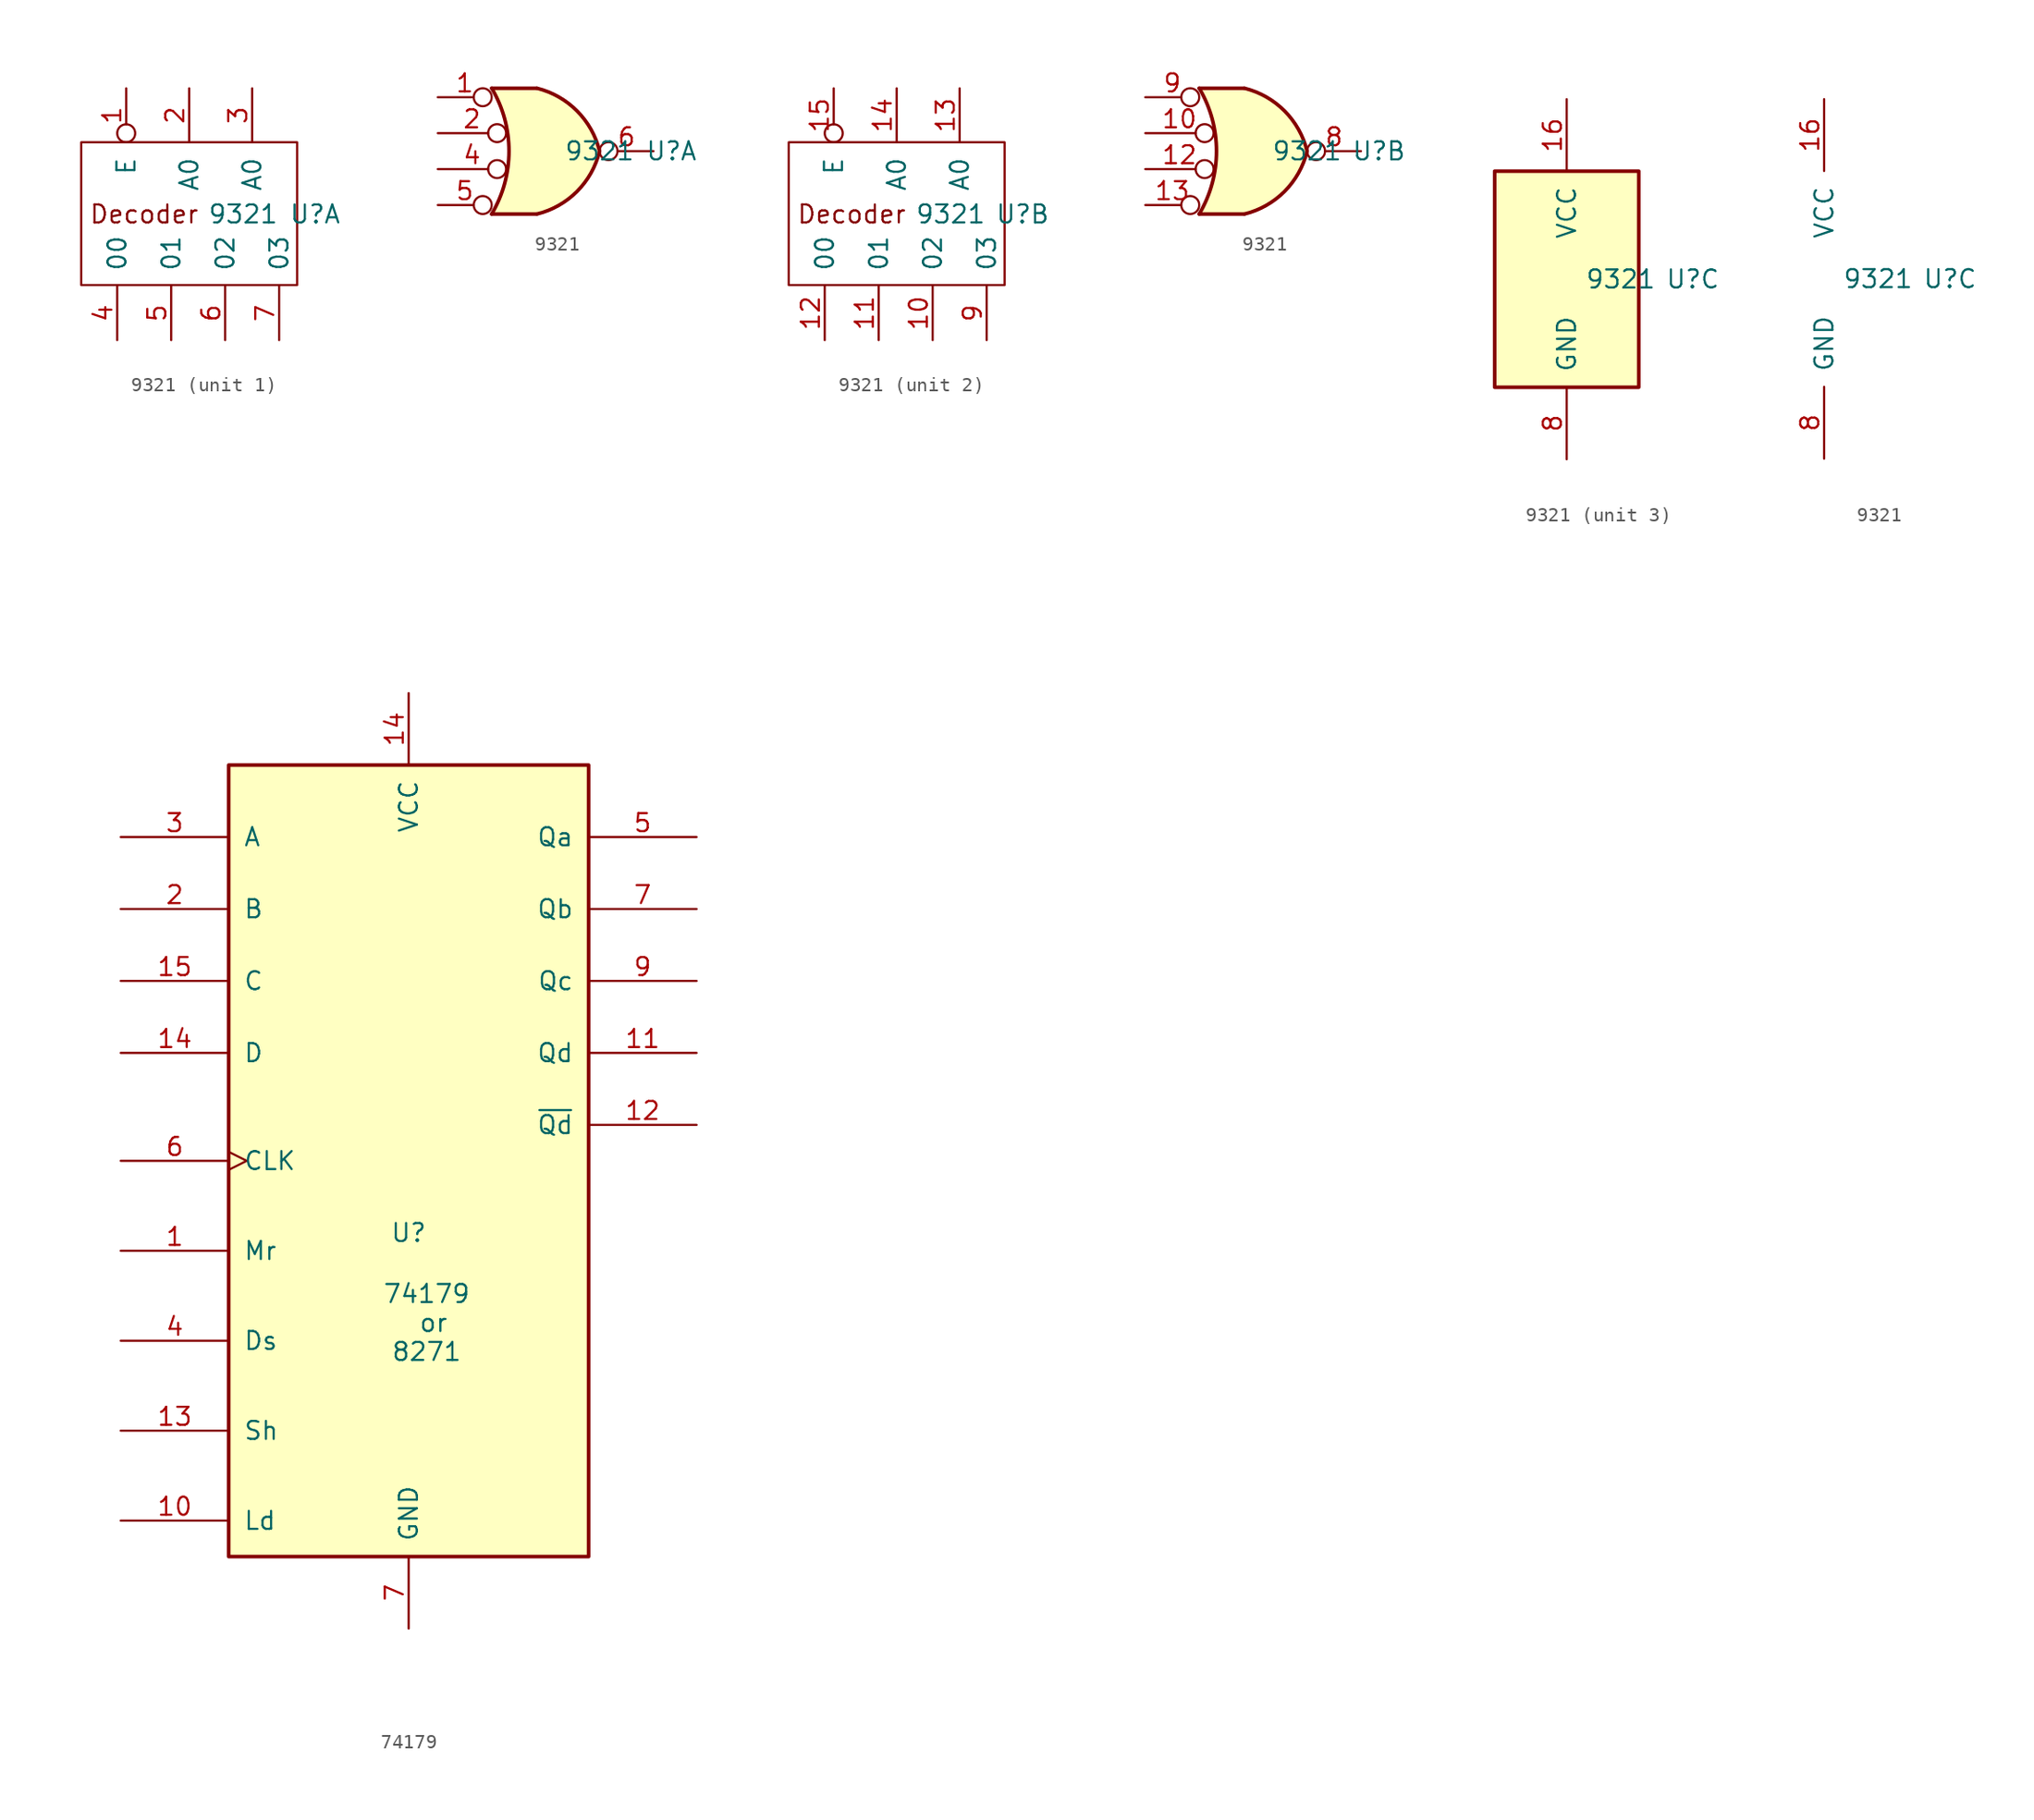
<source format=kicad_sym>
(kicad_symbol_lib
  (version 20220914)
  (generator kicad_symbol_editor)
  (symbol "9321"
    (pin_names
      (offset 1.016))
    (property "Reference" "U"
      (at 8.89 0 0)
      (effects (font (size 1.27 1.27))))
    (property "Value" "9321"
      (at 3.81 0 0)
      (effects (font (size 1.27 1.27))))
    (property "ki_locked" ""
      (at 0 0 0)
      (effects (font (size 1.27 1.27))))
    (symbol "9321_1_1"
      (rectangle (start -7.62 5.08) (end 7.62 -5.004) (stroke (width 0) (type default)) (fill (type none)))
      (text "Decoder" (at -3.175 0 0) (effects (font (size 1.27 1.27))))
      (pin input inverted (at -4.445 8.89 270) (length 3.81) (name "E" (effects (font (size 1.27 1.27)))) (number "1" (effects (font (size 1.27 1.27)))))
      (pin input line (at 0 8.89 270) (length 3.81) (name "A0" (effects (font (size 1.27 1.27)))) (number "2" (effects (font (size 1.27 1.27)))))
      (pin input line (at 4.445 8.89 270) (length 3.81) (name "A0" (effects (font (size 1.27 1.27)))) (number "3" (effects (font (size 1.27 1.27)))))
      (pin output line (at -5.08 -8.89 90) (length 3.81) (name "00" (effects (font (size 1.27 1.27)))) (number "4" (effects (font (size 1.27 1.27)))))
      (pin output line (at -1.27 -8.89 90) (length 3.81) (name "01" (effects (font (size 1.27 1.27)))) (number "5" (effects (font (size 1.27 1.27)))))
      (pin output line (at 2.54 -8.89 90) (length 3.81) (name "02" (effects (font (size 1.27 1.27)))) (number "6" (effects (font (size 1.27 1.27)))))
      (pin output line (at 6.35 -8.89 90) (length 3.81) (name "03" (effects (font (size 1.27 1.27)))) (number "7" (effects (font (size 1.27 1.27))))))
    (symbol "9321_1_2"
      (arc (start -3.81 -4.445) (mid -2.5908 0) (end -3.81 4.445) (stroke (width 0.254) (type default)) (fill (type none)))
      (arc (start -0.6096 -4.445) (mid 2.2246 -2.8422) (end 3.81 0) (stroke (width 0.254) (type default)) (fill (type background)))
      (polyline (pts (xy -3.81 -4.445) (xy -0.635 -4.445)) (stroke (width 0.254) (type default)) (fill (type background)))
      (polyline (pts (xy -3.81 4.445) (xy -0.635 4.445)) (stroke (width 0.254) (type default)) (fill (type background)))
      (polyline (pts (xy -0.635 4.445) (xy -3.81 4.445) (xy -3.81 4.445) (xy -3.632 4.089) (xy -3.099 2.921) (xy -2.769 1.676) (xy -2.616 0.432) (xy -2.642 -0.864) (xy -2.87 -2.108) (xy -3.251 -3.327) (xy -3.81 -4.445) (xy -3.81 -4.445) (xy -0.635 -4.445)) (stroke (width -25.4) (type default)) (fill (type background)))
      (arc (start 3.81 0) (mid 2.2204 2.8379) (end -0.6096 4.445) (stroke (width 0.254) (type default)) (fill (type background)))
      (pin input inverted (at -7.62 3.81 0) (length 3.81) (name "~" (effects (font (size 1.27 1.27)))) (number "1" (effects (font (size 1.27 1.27)))))
      (pin input inverted (at -7.62 1.27 0) (length 4.826) (name "~" (effects (font (size 1.27 1.27)))) (number "2" (effects (font (size 1.27 1.27)))))
      (pin input inverted (at -7.62 -1.27 0) (length 4.826) (name "~" (effects (font (size 1.27 1.27)))) (number "4" (effects (font (size 1.27 1.27)))))
      (pin input inverted (at -7.62 -3.81 0) (length 3.81) (name "~" (effects (font (size 1.27 1.27)))) (number "5" (effects (font (size 1.27 1.27)))))
      (pin output inverted (at 7.62 0 180) (length 3.81) (name "~" (effects (font (size 1.27 1.27)))) (number "6" (effects (font (size 1.27 1.27))))))
    (symbol "9321_2_1"
      (rectangle (start -7.62 5.08) (end 7.62 -5.004) (stroke (width 0) (type default)) (fill (type none)))
      (text "Decoder" (at -3.175 0 0) (effects (font (size 1.27 1.27))))
      (pin output line (at 2.54 -8.89 90) (length 3.81) (name "02" (effects (font (size 1.27 1.27)))) (number "10" (effects (font (size 1.27 1.27)))))
      (pin output line (at -1.27 -8.89 90) (length 3.81) (name "01" (effects (font (size 1.27 1.27)))) (number "11" (effects (font (size 1.27 1.27)))))
      (pin output line (at -5.08 -8.89 90) (length 3.81) (name "00" (effects (font (size 1.27 1.27)))) (number "12" (effects (font (size 1.27 1.27)))))
      (pin input line (at 4.445 8.89 270) (length 3.81) (name "A0" (effects (font (size 1.27 1.27)))) (number "13" (effects (font (size 1.27 1.27)))))
      (pin input line (at 0 8.89 270) (length 3.81) (name "A0" (effects (font (size 1.27 1.27)))) (number "14" (effects (font (size 1.27 1.27)))))
      (pin input inverted (at -4.445 8.89 270) (length 3.81) (name "E" (effects (font (size 1.27 1.27)))) (number "15" (effects (font (size 1.27 1.27)))))
      (pin output line (at 6.35 -8.89 90) (length 3.81) (name "03" (effects (font (size 1.27 1.27)))) (number "9" (effects (font (size 1.27 1.27))))))
    (symbol "9321_2_2"
      (arc (start -3.81 -4.445) (mid -2.5908 0) (end -3.81 4.445) (stroke (width 0.254) (type default)) (fill (type none)))
      (arc (start -0.6096 -4.445) (mid 2.2246 -2.8422) (end 3.81 0) (stroke (width 0.254) (type default)) (fill (type background)))
      (polyline (pts (xy -3.81 -4.445) (xy -0.635 -4.445)) (stroke (width 0.254) (type default)) (fill (type background)))
      (polyline (pts (xy -3.81 4.445) (xy -0.635 4.445)) (stroke (width 0.254) (type default)) (fill (type background)))
      (polyline (pts (xy -0.635 4.445) (xy -3.81 4.445) (xy -3.81 4.445) (xy -3.632 4.089) (xy -3.099 2.921) (xy -2.769 1.676) (xy -2.616 0.432) (xy -2.642 -0.864) (xy -2.87 -2.108) (xy -3.251 -3.327) (xy -3.81 -4.445) (xy -3.81 -4.445) (xy -0.635 -4.445)) (stroke (width -25.4) (type default)) (fill (type background)))
      (arc (start 3.81 0) (mid 2.2204 2.8379) (end -0.6096 4.445) (stroke (width 0.254) (type default)) (fill (type background)))
      (pin input inverted (at -7.62 1.27 0) (length 4.826) (name "~" (effects (font (size 1.27 1.27)))) (number "10" (effects (font (size 1.27 1.27)))))
      (pin input inverted (at -7.62 -1.27 0) (length 4.826) (name "~" (effects (font (size 1.27 1.27)))) (number "12" (effects (font (size 1.27 1.27)))))
      (pin input inverted (at -7.62 -3.81 0) (length 3.81) (name "~" (effects (font (size 1.27 1.27)))) (number "13" (effects (font (size 1.27 1.27)))))
      (pin output inverted (at 7.62 0 180) (length 3.81) (name "~" (effects (font (size 1.27 1.27)))) (number "8" (effects (font (size 1.27 1.27)))))
      (pin input inverted (at -7.62 3.81 0) (length 3.81) (name "~" (effects (font (size 1.27 1.27)))) (number "9" (effects (font (size 1.27 1.27))))))
    (symbol "9321_3_0"
      (pin power_in line (at 0 12.7 270) (length 5.08) (name "VCC" (effects (font (size 1.27 1.27)))) (number "16" (effects (font (size 1.27 1.27)))))
      (pin power_in line (at 0 -12.7 90) (length 5.08) (name "GND" (effects (font (size 1.27 1.27)))) (number "8" (effects (font (size 1.27 1.27))))))
    (symbol "9321_3_1"
      (rectangle (start -5.08 7.62) (end 5.08 -7.62) (stroke (width 0.254) (type default)) (fill (type background)))))
  (symbol "74179"
    (pin_names
      (offset 1.016))
    (property "Reference" "U"
      (at 0 -5.08 0)
      (effects (font (size 1.27 1.27))))
    (property "Value" "74179\n or\n8271"
      (at 1.27 -11.43 0)
      (effects (font (size 1.27 1.27))))
    (symbol "74179_0_1"
      (rectangle (start -12.7 27.94) (end 12.7 -27.94) (stroke (width 0.254) (type default)) (fill (type background)))
      (pin power_in line (at 0 33.02 270) (length 5.08) (name "VCC" (effects (font (size 1.27 1.27)))) (number "14" (effects (font (size 1.27 1.27)))))
      (pin power_in line (at 0 -33.02 90) (length 5.08) (name "GND" (effects (font (size 1.27 1.27)))) (number "7" (effects (font (size 1.27 1.27))))))
    (symbol "74179_1_1"
      (pin input line (at -20.32 -6.35 0) (length 7.62) (name "Mr" (effects (font (size 1.27 1.27)))) (number "1" (effects (font (size 1.27 1.27)))))
      (pin input line (at -20.32 -25.4 0) (length 7.62) (name "Ld" (effects (font (size 1.27 1.27)))) (number "10" (effects (font (size 1.27 1.27)))))
      (pin output line (at 20.32 7.62 180) (length 7.62) (name "Qd" (effects (font (size 1.27 1.27)))) (number "11" (effects (font (size 1.27 1.27)))))
      (pin output line (at 20.32 2.54 180) (length 7.62) (name "~{Qd}" (effects (font (size 1.27 1.27)))) (number "12" (effects (font (size 1.27 1.27)))))
      (pin input line (at -20.32 -19.05 0) (length 7.62) (name "Sh" (effects (font (size 1.27 1.27)))) (number "13" (effects (font (size 1.27 1.27)))))
      (pin input line (at -20.32 7.62 0) (length 7.62) (name "D" (effects (font (size 1.27 1.27)))) (number "14" (effects (font (size 1.27 1.27)))))
      (pin input line (at -20.32 12.7 0) (length 7.62) (name "C" (effects (font (size 1.27 1.27)))) (number "15" (effects (font (size 1.27 1.27)))))
      (pin input line (at -20.32 17.78 0) (length 7.62) (name "B" (effects (font (size 1.27 1.27)))) (number "2" (effects (font (size 1.27 1.27)))))
      (pin input line (at -20.32 22.86 0) (length 7.62) (name "A" (effects (font (size 1.27 1.27)))) (number "3" (effects (font (size 1.27 1.27)))))
      (pin input line (at -20.32 -12.7 0) (length 7.62) (name "Ds" (effects (font (size 1.27 1.27)))) (number "4" (effects (font (size 1.27 1.27)))))
      (pin output line (at 20.32 22.86 180) (length 7.62) (name "Qa" (effects (font (size 1.27 1.27)))) (number "5" (effects (font (size 1.27 1.27)))))
      (pin input clock (at -20.32 0 0) (length 7.62) (name "CLK" (effects (font (size 1.27 1.27)))) (number "6" (effects (font (size 1.27 1.27)))))
      (pin output line (at 20.32 17.78 180) (length 7.62) (name "Qb" (effects (font (size 1.27 1.27)))) (number "7" (effects (font (size 1.27 1.27)))))
      (pin output line (at 20.32 12.7 180) (length 7.62) (name "Qc" (effects (font (size 1.27 1.27)))) (number "9" (effects (font (size 1.27 1.27))))))))
</source>
